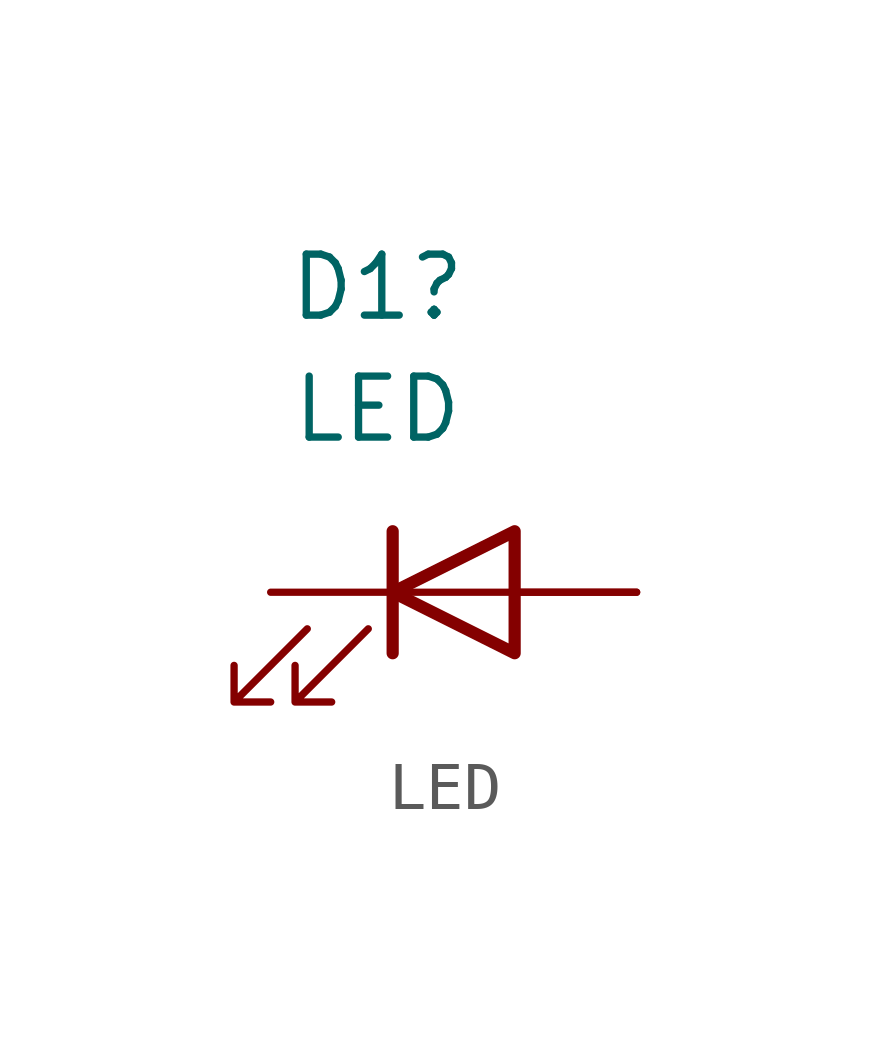
<source format=kicad_sym>
(kicad_symbol_lib
  (version 20241209)
  (generator "kicad_symbol_editor")
  (generator_version "9.0")
  (symbol "LED"
    (pin_numbers
      (hide yes))
    (pin_names
      (offset 1.016)
      (hide yes))
    (property "Reference" "D1"
      (at -1.587 6.35 0)
      (effects (font (size 1.27 1.27))))
    (property "Value" "LED"
      (at -1.587 3.81 0)
      (effects (font (size 1.27 1.27))))
    (symbol "LED_0_1"
      (polyline (pts (xy -3.048 -0.762) (xy -4.572 -2.286) (xy -3.81 -2.286) (xy -4.572 -2.286) (xy -4.572 -1.524)) (stroke (width 0) (type default)) (fill (type none)))
      (polyline (pts (xy -1.778 -0.762) (xy -3.302 -2.286) (xy -2.54 -2.286) (xy -3.302 -2.286) (xy -3.302 -1.524)) (stroke (width 0) (type default)) (fill (type none)))
      (polyline (pts (xy -1.27 0) (xy 1.27 0)) (stroke (width 0) (type default)) (fill (type none)))
      (polyline (pts (xy -1.27 -1.27) (xy -1.27 1.27)) (stroke (width 0.254) (type default)) (fill (type none)))
      (polyline (pts (xy 1.27 -1.27) (xy 1.27 1.27) (xy -1.27 0) (xy 1.27 -1.27)) (stroke (width 0.254) (type default)) (fill (type none))))
    (symbol "LED_1_1"
      (pin passive line (at -3.81 0 0) (length 2.54) (name "K" (effects (font (size 1.27 1.27)))) (number "1" (effects (font (size 1.27 1.27)))))
      (pin passive line (at 3.81 0 180) (length 2.54) (name "A" (effects (font (size 1.27 1.27)))) (number "2" (effects (font (size 1.27 1.27)))))
      (pin passive line (at 3.81 0 180) (length 2.54) (name "A" (effects (font (size 1.27 1.27)))) (number "5" (effects (font (size 1.27 1.27))))))))
</source>
